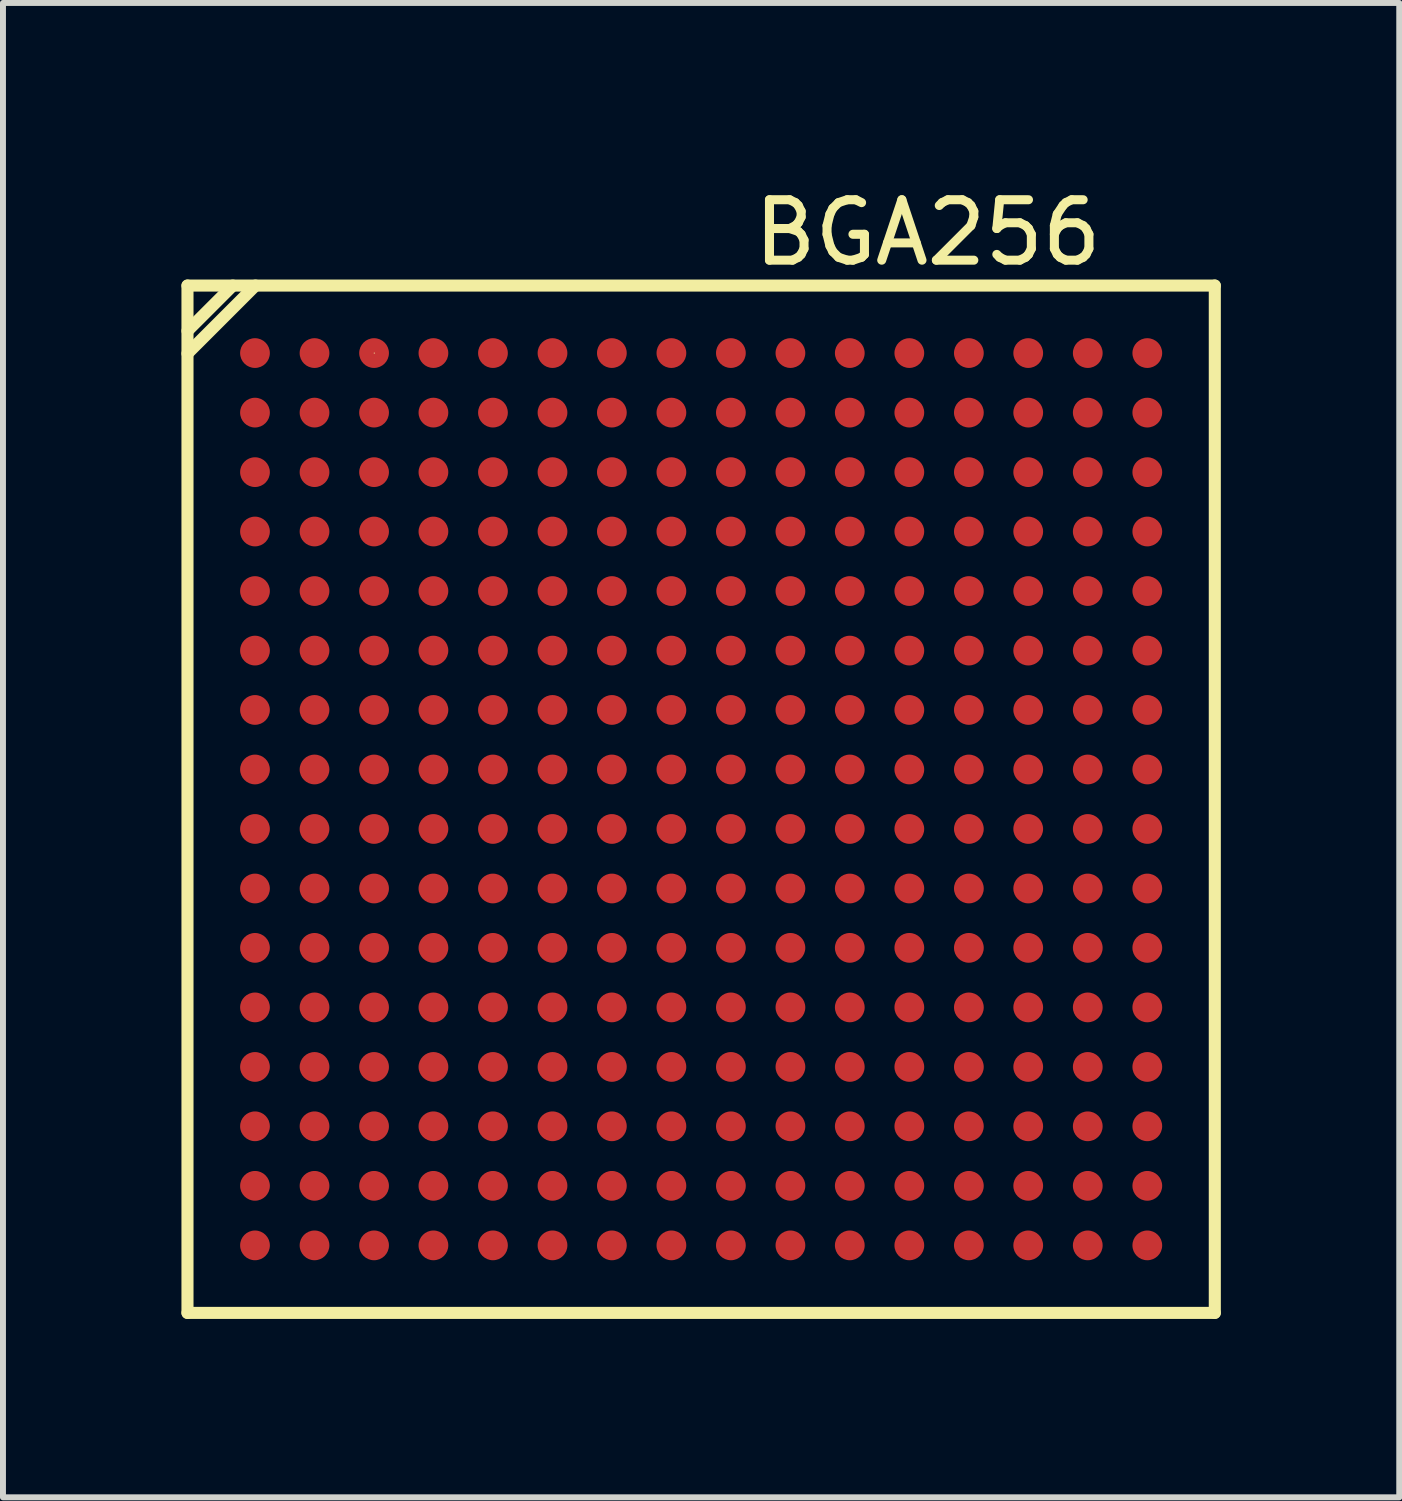
<source format=kicad_pcb>
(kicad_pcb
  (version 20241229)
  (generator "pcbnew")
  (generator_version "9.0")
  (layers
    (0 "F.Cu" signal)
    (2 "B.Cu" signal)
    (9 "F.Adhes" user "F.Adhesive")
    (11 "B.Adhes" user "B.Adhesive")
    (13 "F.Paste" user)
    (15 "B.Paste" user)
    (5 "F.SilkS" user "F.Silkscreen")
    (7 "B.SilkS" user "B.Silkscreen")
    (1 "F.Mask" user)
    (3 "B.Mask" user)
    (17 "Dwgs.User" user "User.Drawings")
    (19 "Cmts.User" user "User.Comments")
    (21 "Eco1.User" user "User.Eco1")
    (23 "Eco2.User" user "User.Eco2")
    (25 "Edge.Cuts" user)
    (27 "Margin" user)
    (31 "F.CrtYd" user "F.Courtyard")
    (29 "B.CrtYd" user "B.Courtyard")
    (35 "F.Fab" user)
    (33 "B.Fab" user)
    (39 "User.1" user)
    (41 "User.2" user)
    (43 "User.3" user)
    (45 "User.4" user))
  (footprint "BGA256"
    (layer "F.Cu")
    (at 8.738 10.387)
    (property "Reference" "BGA256" (at 3.81 -9.525 0) (layer "F.SilkS") (effects (font (size 1.016 1.016) (thickness 0.152))))
    (attr smd)
    (fp_line (start -8.636 -8.636) (end 8.636 -8.636) (stroke (width 0.203) (type solid)) (layer "F.SilkS"))
    (fp_line (start -8.636 -7.874) (end -7.874 -8.636) (stroke (width 0.203) (type solid)) (layer "F.SilkS"))
    (fp_line (start -8.636 -7.493) (end -7.493 -8.636) (stroke (width 0.203) (type solid)) (layer "F.SilkS"))
    (fp_line (start -8.636 8.636) (end -8.636 -8.636) (stroke (width 0.203) (type solid)) (layer "F.SilkS"))
    (fp_line (start -5.499 -7.501) (end -5.489 -7.501) (stroke (width 0.013) (type solid)) (layer "F.SilkS"))
    (fp_line (start 8.636 -8.636) (end 8.636 8.636) (stroke (width 0.203) (type solid)) (layer "F.SilkS"))
    (fp_line (start 8.636 8.636) (end -8.636 8.636) (stroke (width 0.203) (type solid)) (layer "F.SilkS"))
    (pad "A1" smd circle (at -7.501 -7.501) (size 0.5 0.5) (layers "F.Cu" "F.Mask" "F.Paste"))
    (pad "A2" smd circle (at -6.5 -7.501) (size 0.5 0.5) (layers "F.Cu" "F.Mask" "F.Paste"))
    (pad "A3" smd circle (at -5.499 -7.501) (size 0.5 0.5) (layers "F.Cu" "F.Mask" "F.Paste"))
    (pad "A4" smd circle (at -4.501 -7.501) (size 0.5 0.5) (layers "F.Cu" "F.Mask" "F.Paste"))
    (pad "A5" smd circle (at -3.5 -7.501) (size 0.5 0.5) (layers "F.Cu" "F.Mask" "F.Paste"))
    (pad "A6" smd circle (at -2.499 -7.501) (size 0.5 0.5) (layers "F.Cu" "F.Mask" "F.Paste"))
    (pad "A7" smd circle (at -1.501 -7.501) (size 0.5 0.5) (layers "F.Cu" "F.Mask" "F.Paste"))
    (pad "A8" smd circle (at -0.5 -7.501) (size 0.5 0.5) (layers "F.Cu" "F.Mask" "F.Paste"))
    (pad "A9" smd circle (at 0.5 -7.501) (size 0.5 0.5) (layers "F.Cu" "F.Mask" "F.Paste"))
    (pad "A10" smd circle (at 1.501 -7.501) (size 0.5 0.5) (layers "F.Cu" "F.Mask" "F.Paste"))
    (pad "A11" smd circle (at 2.499 -7.501) (size 0.5 0.5) (layers "F.Cu" "F.Mask" "F.Paste"))
    (pad "A12" smd circle (at 3.5 -7.501) (size 0.5 0.5) (layers "F.Cu" "F.Mask" "F.Paste"))
    (pad "A13" smd circle (at 4.501 -7.501) (size 0.5 0.5) (layers "F.Cu" "F.Mask" "F.Paste"))
    (pad "A14" smd circle (at 5.499 -7.501) (size 0.5 0.5) (layers "F.Cu" "F.Mask" "F.Paste"))
    (pad "A15" smd circle (at 6.5 -7.501) (size 0.5 0.5) (layers "F.Cu" "F.Mask" "F.Paste"))
    (pad "A16" smd circle (at 7.501 -7.501) (size 0.5 0.5) (layers "F.Cu" "F.Mask" "F.Paste"))
    (pad "B1" smd circle (at -7.501 -6.5) (size 0.5 0.5) (layers "F.Cu" "F.Mask" "F.Paste"))
    (pad "B2" smd circle (at -6.5 -6.5) (size 0.5 0.5) (layers "F.Cu" "F.Mask" "F.Paste"))
    (pad "B3" smd circle (at -5.499 -6.5) (size 0.5 0.5) (layers "F.Cu" "F.Mask" "F.Paste"))
    (pad "B4" smd circle (at -4.501 -6.5) (size 0.5 0.5) (layers "F.Cu" "F.Mask" "F.Paste"))
    (pad "B5" smd circle (at -3.5 -6.5) (size 0.5 0.5) (layers "F.Cu" "F.Mask" "F.Paste"))
    (pad "B6" smd circle (at -2.499 -6.5) (size 0.5 0.5) (layers "F.Cu" "F.Mask" "F.Paste"))
    (pad "B7" smd circle (at -1.501 -6.5) (size 0.5 0.5) (layers "F.Cu" "F.Mask" "F.Paste"))
    (pad "B8" smd circle (at -0.5 -6.5) (size 0.5 0.5) (layers "F.Cu" "F.Mask" "F.Paste"))
    (pad "B9" smd circle (at 0.5 -6.5) (size 0.5 0.5) (layers "F.Cu" "F.Mask" "F.Paste"))
    (pad "B10" smd circle (at 1.501 -6.5) (size 0.5 0.5) (layers "F.Cu" "F.Mask" "F.Paste"))
    (pad "B11" smd circle (at 2.499 -6.5) (size 0.5 0.5) (layers "F.Cu" "F.Mask" "F.Paste"))
    (pad "B12" smd circle (at 3.5 -6.5) (size 0.5 0.5) (layers "F.Cu" "F.Mask" "F.Paste"))
    (pad "B13" smd circle (at 4.501 -6.5) (size 0.5 0.5) (layers "F.Cu" "F.Mask" "F.Paste"))
    (pad "B14" smd circle (at 5.499 -6.5) (size 0.5 0.5) (layers "F.Cu" "F.Mask" "F.Paste"))
    (pad "B15" smd circle (at 6.5 -6.5) (size 0.5 0.5) (layers "F.Cu" "F.Mask" "F.Paste"))
    (pad "B16" smd circle (at 7.501 -6.5) (size 0.5 0.5) (layers "F.Cu" "F.Mask" "F.Paste"))
    (pad "C1" smd circle (at -7.501 -5.499) (size 0.5 0.5) (layers "F.Cu" "F.Mask" "F.Paste"))
    (pad "C2" smd circle (at -6.5 -5.499) (size 0.5 0.5) (layers "F.Cu" "F.Mask" "F.Paste"))
    (pad "C3" smd circle (at -5.499 -5.499) (size 0.5 0.5) (layers "F.Cu" "F.Mask" "F.Paste"))
    (pad "C4" smd circle (at -4.501 -5.499) (size 0.5 0.5) (layers "F.Cu" "F.Mask" "F.Paste"))
    (pad "C5" smd circle (at -3.5 -5.499) (size 0.5 0.5) (layers "F.Cu" "F.Mask" "F.Paste"))
    (pad "C6" smd circle (at -2.499 -5.499) (size 0.5 0.5) (layers "F.Cu" "F.Mask" "F.Paste"))
    (pad "C7" smd circle (at -1.501 -5.499) (size 0.5 0.5) (layers "F.Cu" "F.Mask" "F.Paste"))
    (pad "C8" smd circle (at -0.5 -5.499) (size 0.5 0.5) (layers "F.Cu" "F.Mask" "F.Paste"))
    (pad "C9" smd circle (at 0.5 -5.499) (size 0.5 0.5) (layers "F.Cu" "F.Mask" "F.Paste"))
    (pad "C10" smd circle (at 1.501 -5.499) (size 0.5 0.5) (layers "F.Cu" "F.Mask" "F.Paste"))
    (pad "C11" smd circle (at 2.499 -5.499) (size 0.5 0.5) (layers "F.Cu" "F.Mask" "F.Paste"))
    (pad "C12" smd circle (at 3.5 -5.499) (size 0.5 0.5) (layers "F.Cu" "F.Mask" "F.Paste"))
    (pad "C13" smd circle (at 4.501 -5.499) (size 0.5 0.5) (layers "F.Cu" "F.Mask" "F.Paste"))
    (pad "C14" smd circle (at 5.499 -5.499) (size 0.5 0.5) (layers "F.Cu" "F.Mask" "F.Paste"))
    (pad "C15" smd circle (at 6.5 -5.499) (size 0.5 0.5) (layers "F.Cu" "F.Mask" "F.Paste"))
    (pad "C16" smd circle (at 7.501 -5.499) (size 0.5 0.5) (layers "F.Cu" "F.Mask" "F.Paste"))
    (pad "D1" smd circle (at -7.501 -4.501) (size 0.5 0.5) (layers "F.Cu" "F.Mask" "F.Paste"))
    (pad "D2" smd circle (at -6.5 -4.501) (size 0.5 0.5) (layers "F.Cu" "F.Mask" "F.Paste"))
    (pad "D3" smd circle (at -5.499 -4.501) (size 0.5 0.5) (layers "F.Cu" "F.Mask" "F.Paste"))
    (pad "D4" smd circle (at -4.501 -4.501) (size 0.5 0.5) (layers "F.Cu" "F.Mask" "F.Paste"))
    (pad "D5" smd circle (at -3.5 -4.501) (size 0.5 0.5) (layers "F.Cu" "F.Mask" "F.Paste"))
    (pad "D6" smd circle (at -2.499 -4.501) (size 0.5 0.5) (layers "F.Cu" "F.Mask" "F.Paste"))
    (pad "D7" smd circle (at -1.501 -4.501) (size 0.5 0.5) (layers "F.Cu" "F.Mask" "F.Paste"))
    (pad "D8" smd circle (at -0.5 -4.501) (size 0.5 0.5) (layers "F.Cu" "F.Mask" "F.Paste"))
    (pad "D9" smd circle (at 0.5 -4.501) (size 0.5 0.5) (layers "F.Cu" "F.Mask" "F.Paste"))
    (pad "D10" smd circle (at 1.501 -4.501) (size 0.5 0.5) (layers "F.Cu" "F.Mask" "F.Paste"))
    (pad "D11" smd circle (at 2.499 -4.501) (size 0.5 0.5) (layers "F.Cu" "F.Mask" "F.Paste"))
    (pad "D12" smd circle (at 3.5 -4.501) (size 0.5 0.5) (layers "F.Cu" "F.Mask" "F.Paste"))
    (pad "D13" smd circle (at 4.501 -4.501) (size 0.5 0.5) (layers "F.Cu" "F.Mask" "F.Paste"))
    (pad "D14" smd circle (at 5.499 -4.501) (size 0.5 0.5) (layers "F.Cu" "F.Mask" "F.Paste"))
    (pad "D15" smd circle (at 6.5 -4.501) (size 0.5 0.5) (layers "F.Cu" "F.Mask" "F.Paste"))
    (pad "D16" smd circle (at 7.501 -4.501) (size 0.5 0.5) (layers "F.Cu" "F.Mask" "F.Paste"))
    (pad "E1" smd circle (at -7.501 -3.5) (size 0.5 0.5) (layers "F.Cu" "F.Mask" "F.Paste"))
    (pad "E2" smd circle (at -6.5 -3.5) (size 0.5 0.5) (layers "F.Cu" "F.Mask" "F.Paste"))
    (pad "E3" smd circle (at -5.499 -3.5) (size 0.5 0.5) (layers "F.Cu" "F.Mask" "F.Paste"))
    (pad "E4" smd circle (at -4.501 -3.5) (size 0.5 0.5) (layers "F.Cu" "F.Mask" "F.Paste"))
    (pad "E5" smd circle (at -3.5 -3.5) (size 0.5 0.5) (layers "F.Cu" "F.Mask" "F.Paste"))
    (pad "E6" smd circle (at -2.499 -3.5) (size 0.5 0.5) (layers "F.Cu" "F.Mask" "F.Paste"))
    (pad "E7" smd circle (at -1.501 -3.5) (size 0.5 0.5) (layers "F.Cu" "F.Mask" "F.Paste"))
    (pad "E8" smd circle (at -0.5 -3.5) (size 0.5 0.5) (layers "F.Cu" "F.Mask" "F.Paste"))
    (pad "E9" smd circle (at 0.5 -3.5) (size 0.5 0.5) (layers "F.Cu" "F.Mask" "F.Paste"))
    (pad "E10" smd circle (at 1.501 -3.5) (size 0.5 0.5) (layers "F.Cu" "F.Mask" "F.Paste"))
    (pad "E11" smd circle (at 2.499 -3.5) (size 0.5 0.5) (layers "F.Cu" "F.Mask" "F.Paste"))
    (pad "E12" smd circle (at 3.5 -3.5) (size 0.5 0.5) (layers "F.Cu" "F.Mask" "F.Paste"))
    (pad "E13" smd circle (at 4.501 -3.5) (size 0.5 0.5) (layers "F.Cu" "F.Mask" "F.Paste"))
    (pad "E14" smd circle (at 5.499 -3.5) (size 0.5 0.5) (layers "F.Cu" "F.Mask" "F.Paste"))
    (pad "E15" smd circle (at 6.5 -3.5) (size 0.5 0.5) (layers "F.Cu" "F.Mask" "F.Paste"))
    (pad "E16" smd circle (at 7.501 -3.5) (size 0.5 0.5) (layers "F.Cu" "F.Mask" "F.Paste"))
    (pad "F1" smd circle (at -7.501 -2.499) (size 0.5 0.5) (layers "F.Cu" "F.Mask" "F.Paste"))
    (pad "F2" smd circle (at -6.5 -2.499) (size 0.5 0.5) (layers "F.Cu" "F.Mask" "F.Paste"))
    (pad "F3" smd circle (at -5.499 -2.499) (size 0.5 0.5) (layers "F.Cu" "F.Mask" "F.Paste"))
    (pad "F4" smd circle (at -4.501 -2.499) (size 0.5 0.5) (layers "F.Cu" "F.Mask" "F.Paste"))
    (pad "F5" smd circle (at -3.5 -2.499) (size 0.5 0.5) (layers "F.Cu" "F.Mask" "F.Paste"))
    (pad "F6" smd circle (at -2.499 -2.499) (size 0.5 0.5) (layers "F.Cu" "F.Mask" "F.Paste"))
    (pad "F7" smd circle (at -1.501 -2.499) (size 0.5 0.5) (layers "F.Cu" "F.Mask" "F.Paste"))
    (pad "F8" smd circle (at -0.5 -2.499) (size 0.5 0.5) (layers "F.Cu" "F.Mask" "F.Paste"))
    (pad "F9" smd circle (at 0.5 -2.499) (size 0.5 0.5) (layers "F.Cu" "F.Mask" "F.Paste"))
    (pad "F10" smd circle (at 1.501 -2.499) (size 0.5 0.5) (layers "F.Cu" "F.Mask" "F.Paste"))
    (pad "F11" smd circle (at 2.499 -2.499) (size 0.5 0.5) (layers "F.Cu" "F.Mask" "F.Paste"))
    (pad "F12" smd circle (at 3.5 -2.499) (size 0.5 0.5) (layers "F.Cu" "F.Mask" "F.Paste"))
    (pad "F13" smd circle (at 4.501 -2.499) (size 0.5 0.5) (layers "F.Cu" "F.Mask" "F.Paste"))
    (pad "F14" smd circle (at 5.499 -2.499) (size 0.5 0.5) (layers "F.Cu" "F.Mask" "F.Paste"))
    (pad "F15" smd circle (at 6.5 -2.499) (size 0.5 0.5) (layers "F.Cu" "F.Mask" "F.Paste"))
    (pad "F16" smd circle (at 7.501 -2.499) (size 0.5 0.5) (layers "F.Cu" "F.Mask" "F.Paste"))
    (pad "G1" smd circle (at -7.501 -1.501) (size 0.5 0.5) (layers "F.Cu" "F.Mask" "F.Paste"))
    (pad "G2" smd circle (at -6.5 -1.501) (size 0.5 0.5) (layers "F.Cu" "F.Mask" "F.Paste"))
    (pad "G3" smd circle (at -5.499 -1.501) (size 0.5 0.5) (layers "F.Cu" "F.Mask" "F.Paste"))
    (pad "G4" smd circle (at -4.501 -1.501) (size 0.5 0.5) (layers "F.Cu" "F.Mask" "F.Paste"))
    (pad "G5" smd circle (at -3.5 -1.501) (size 0.5 0.5) (layers "F.Cu" "F.Mask" "F.Paste"))
    (pad "G6" smd circle (at -2.499 -1.501) (size 0.5 0.5) (layers "F.Cu" "F.Mask" "F.Paste"))
    (pad "G7" smd circle (at -1.501 -1.501) (size 0.5 0.5) (layers "F.Cu" "F.Mask" "F.Paste"))
    (pad "G8" smd circle (at -0.5 -1.501) (size 0.5 0.5) (layers "F.Cu" "F.Mask" "F.Paste"))
    (pad "G9" smd circle (at 0.5 -1.501) (size 0.5 0.5) (layers "F.Cu" "F.Mask" "F.Paste"))
    (pad "G10" smd circle (at 1.501 -1.501) (size 0.5 0.5) (layers "F.Cu" "F.Mask" "F.Paste"))
    (pad "G11" smd circle (at 2.499 -1.501) (size 0.5 0.5) (layers "F.Cu" "F.Mask" "F.Paste"))
    (pad "G12" smd circle (at 3.5 -1.501) (size 0.5 0.5) (layers "F.Cu" "F.Mask" "F.Paste"))
    (pad "G13" smd circle (at 4.501 -1.501) (size 0.5 0.5) (layers "F.Cu" "F.Mask" "F.Paste"))
    (pad "G14" smd circle (at 5.499 -1.501) (size 0.5 0.5) (layers "F.Cu" "F.Mask" "F.Paste"))
    (pad "G15" smd circle (at 6.5 -1.501) (size 0.5 0.5) (layers "F.Cu" "F.Mask" "F.Paste"))
    (pad "G16" smd circle (at 7.501 -1.501) (size 0.5 0.5) (layers "F.Cu" "F.Mask" "F.Paste"))
    (pad "H1" smd circle (at -7.501 -0.5) (size 0.5 0.5) (layers "F.Cu" "F.Mask" "F.Paste"))
    (pad "H2" smd circle (at -6.5 -0.5) (size 0.5 0.5) (layers "F.Cu" "F.Mask" "F.Paste"))
    (pad "H3" smd circle (at -5.499 -0.5) (size 0.5 0.5) (layers "F.Cu" "F.Mask" "F.Paste"))
    (pad "H4" smd circle (at -4.501 -0.5) (size 0.5 0.5) (layers "F.Cu" "F.Mask" "F.Paste"))
    (pad "H5" smd circle (at -3.5 -0.5) (size 0.5 0.5) (layers "F.Cu" "F.Mask" "F.Paste"))
    (pad "H6" smd circle (at -2.499 -0.5) (size 0.5 0.5) (layers "F.Cu" "F.Mask" "F.Paste"))
    (pad "H7" smd circle (at -1.501 -0.5) (size 0.5 0.5) (layers "F.Cu" "F.Mask" "F.Paste"))
    (pad "H8" smd circle (at -0.5 -0.5) (size 0.5 0.5) (layers "F.Cu" "F.Mask" "F.Paste"))
    (pad "H9" smd circle (at 0.5 -0.5) (size 0.5 0.5) (layers "F.Cu" "F.Mask" "F.Paste"))
    (pad "H10" smd circle (at 1.501 -0.5) (size 0.5 0.5) (layers "F.Cu" "F.Mask" "F.Paste"))
    (pad "H11" smd circle (at 2.499 -0.5) (size 0.5 0.5) (layers "F.Cu" "F.Mask" "F.Paste"))
    (pad "H12" smd circle (at 3.5 -0.5) (size 0.5 0.5) (layers "F.Cu" "F.Mask" "F.Paste"))
    (pad "H13" smd circle (at 4.501 -0.5) (size 0.5 0.5) (layers "F.Cu" "F.Mask" "F.Paste"))
    (pad "H14" smd circle (at 5.499 -0.5) (size 0.5 0.5) (layers "F.Cu" "F.Mask" "F.Paste"))
    (pad "H15" smd circle (at 6.5 -0.5) (size 0.5 0.5) (layers "F.Cu" "F.Mask" "F.Paste"))
    (pad "H16" smd circle (at 7.501 -0.5) (size 0.5 0.5) (layers "F.Cu" "F.Mask" "F.Paste"))
    (pad "J1" smd circle (at -7.501 0.5) (size 0.5 0.5) (layers "F.Cu" "F.Mask" "F.Paste"))
    (pad "J2" smd circle (at -6.5 0.5) (size 0.5 0.5) (layers "F.Cu" "F.Mask" "F.Paste"))
    (pad "J3" smd circle (at -5.499 0.5) (size 0.5 0.5) (layers "F.Cu" "F.Mask" "F.Paste"))
    (pad "J4" smd circle (at -4.501 0.5) (size 0.5 0.5) (layers "F.Cu" "F.Mask" "F.Paste"))
    (pad "J5" smd circle (at -3.5 0.5) (size 0.5 0.5) (layers "F.Cu" "F.Mask" "F.Paste"))
    (pad "J6" smd circle (at -2.499 0.5) (size 0.5 0.5) (layers "F.Cu" "F.Mask" "F.Paste"))
    (pad "J7" smd circle (at -1.501 0.5) (size 0.5 0.5) (layers "F.Cu" "F.Mask" "F.Paste"))
    (pad "J8" smd circle (at -0.5 0.5) (size 0.5 0.5) (layers "F.Cu" "F.Mask" "F.Paste"))
    (pad "J9" smd circle (at 0.5 0.5) (size 0.5 0.5) (layers "F.Cu" "F.Mask" "F.Paste"))
    (pad "J10" smd circle (at 1.501 0.5) (size 0.5 0.5) (layers "F.Cu" "F.Mask" "F.Paste"))
    (pad "J11" smd circle (at 2.499 0.5) (size 0.5 0.5) (layers "F.Cu" "F.Mask" "F.Paste"))
    (pad "J12" smd circle (at 3.5 0.5) (size 0.5 0.5) (layers "F.Cu" "F.Mask" "F.Paste"))
    (pad "J13" smd circle (at 4.501 0.5) (size 0.5 0.5) (layers "F.Cu" "F.Mask" "F.Paste"))
    (pad "J14" smd circle (at 5.499 0.5) (size 0.5 0.5) (layers "F.Cu" "F.Mask" "F.Paste"))
    (pad "J15" smd circle (at 6.5 0.5) (size 0.5 0.5) (layers "F.Cu" "F.Mask" "F.Paste"))
    (pad "J16" smd circle (at 7.501 0.5) (size 0.5 0.5) (layers "F.Cu" "F.Mask" "F.Paste"))
    (pad "K1" smd circle (at -7.501 1.501) (size 0.5 0.5) (layers "F.Cu" "F.Mask" "F.Paste"))
    (pad "K2" smd circle (at -6.5 1.501) (size 0.5 0.5) (layers "F.Cu" "F.Mask" "F.Paste"))
    (pad "K3" smd circle (at -5.499 1.501) (size 0.5 0.5) (layers "F.Cu" "F.Mask" "F.Paste"))
    (pad "K4" smd circle (at -4.501 1.501) (size 0.5 0.5) (layers "F.Cu" "F.Mask" "F.Paste"))
    (pad "K5" smd circle (at -3.5 1.501) (size 0.5 0.5) (layers "F.Cu" "F.Mask" "F.Paste"))
    (pad "K6" smd circle (at -2.499 1.501) (size 0.5 0.5) (layers "F.Cu" "F.Mask" "F.Paste"))
    (pad "K7" smd circle (at -1.501 1.501) (size 0.5 0.5) (layers "F.Cu" "F.Mask" "F.Paste"))
    (pad "K8" smd circle (at -0.5 1.501) (size 0.5 0.5) (layers "F.Cu" "F.Mask" "F.Paste"))
    (pad "K9" smd circle (at 0.5 1.501) (size 0.5 0.5) (layers "F.Cu" "F.Mask" "F.Paste"))
    (pad "K10" smd circle (at 1.501 1.501) (size 0.5 0.5) (layers "F.Cu" "F.Mask" "F.Paste"))
    (pad "K11" smd circle (at 2.499 1.501) (size 0.5 0.5) (layers "F.Cu" "F.Mask" "F.Paste"))
    (pad "K12" smd circle (at 3.5 1.501) (size 0.5 0.5) (layers "F.Cu" "F.Mask" "F.Paste"))
    (pad "K13" smd circle (at 4.501 1.501) (size 0.5 0.5) (layers "F.Cu" "F.Mask" "F.Paste"))
    (pad "K14" smd circle (at 5.499 1.501) (size 0.5 0.5) (layers "F.Cu" "F.Mask" "F.Paste"))
    (pad "K15" smd circle (at 6.5 1.501) (size 0.5 0.5) (layers "F.Cu" "F.Mask" "F.Paste"))
    (pad "K16" smd circle (at 7.501 1.501) (size 0.5 0.5) (layers "F.Cu" "F.Mask" "F.Paste"))
    (pad "L1" smd circle (at -7.501 2.499) (size 0.5 0.5) (layers "F.Cu" "F.Mask" "F.Paste"))
    (pad "L2" smd circle (at -6.5 2.499) (size 0.5 0.5) (layers "F.Cu" "F.Mask" "F.Paste"))
    (pad "L3" smd circle (at -5.499 2.499) (size 0.5 0.5) (layers "F.Cu" "F.Mask" "F.Paste"))
    (pad "L4" smd circle (at -4.501 2.499) (size 0.5 0.5) (layers "F.Cu" "F.Mask" "F.Paste"))
    (pad "L5" smd circle (at -3.5 2.499) (size 0.5 0.5) (layers "F.Cu" "F.Mask" "F.Paste"))
    (pad "L6" smd circle (at -2.499 2.499) (size 0.5 0.5) (layers "F.Cu" "F.Mask" "F.Paste"))
    (pad "L7" smd circle (at -1.501 2.499) (size 0.5 0.5) (layers "F.Cu" "F.Mask" "F.Paste"))
    (pad "L8" smd circle (at -0.5 2.499) (size 0.5 0.5) (layers "F.Cu" "F.Mask" "F.Paste"))
    (pad "L9" smd circle (at 0.5 2.499) (size 0.5 0.5) (layers "F.Cu" "F.Mask" "F.Paste"))
    (pad "L10" smd circle (at 1.501 2.499) (size 0.5 0.5) (layers "F.Cu" "F.Mask" "F.Paste"))
    (pad "L11" smd circle (at 2.499 2.499) (size 0.5 0.5) (layers "F.Cu" "F.Mask" "F.Paste"))
    (pad "L12" smd circle (at 3.5 2.499) (size 0.5 0.5) (layers "F.Cu" "F.Mask" "F.Paste"))
    (pad "L13" smd circle (at 4.501 2.499) (size 0.5 0.5) (layers "F.Cu" "F.Mask" "F.Paste"))
    (pad "L14" smd circle (at 5.499 2.499) (size 0.5 0.5) (layers "F.Cu" "F.Mask" "F.Paste"))
    (pad "L15" smd circle (at 6.5 2.499) (size 0.5 0.5) (layers "F.Cu" "F.Mask" "F.Paste"))
    (pad "L16" smd circle (at 7.501 2.499) (size 0.5 0.5) (layers "F.Cu" "F.Mask" "F.Paste"))
    (pad "M1" smd circle (at -7.501 3.5) (size 0.5 0.5) (layers "F.Cu" "F.Mask" "F.Paste"))
    (pad "M2" smd circle (at -6.5 3.5) (size 0.5 0.5) (layers "F.Cu" "F.Mask" "F.Paste"))
    (pad "M3" smd circle (at -5.499 3.5) (size 0.5 0.5) (layers "F.Cu" "F.Mask" "F.Paste"))
    (pad "M4" smd circle (at -4.501 3.5) (size 0.5 0.5) (layers "F.Cu" "F.Mask" "F.Paste"))
    (pad "M5" smd circle (at -3.5 3.5) (size 0.5 0.5) (layers "F.Cu" "F.Mask" "F.Paste"))
    (pad "M6" smd circle (at -2.499 3.5) (size 0.5 0.5) (layers "F.Cu" "F.Mask" "F.Paste"))
    (pad "M7" smd circle (at -1.501 3.5) (size 0.5 0.5) (layers "F.Cu" "F.Mask" "F.Paste"))
    (pad "M8" smd circle (at -0.5 3.5) (size 0.5 0.5) (layers "F.Cu" "F.Mask" "F.Paste"))
    (pad "M9" smd circle (at 0.5 3.5) (size 0.5 0.5) (layers "F.Cu" "F.Mask" "F.Paste"))
    (pad "M10" smd circle (at 1.501 3.5) (size 0.5 0.5) (layers "F.Cu" "F.Mask" "F.Paste"))
    (pad "M11" smd circle (at 2.499 3.5) (size 0.5 0.5) (layers "F.Cu" "F.Mask" "F.Paste"))
    (pad "M12" smd circle (at 3.5 3.5) (size 0.5 0.5) (layers "F.Cu" "F.Mask" "F.Paste"))
    (pad "M13" smd circle (at 4.501 3.5) (size 0.5 0.5) (layers "F.Cu" "F.Mask" "F.Paste"))
    (pad "M14" smd circle (at 5.499 3.5) (size 0.5 0.5) (layers "F.Cu" "F.Mask" "F.Paste"))
    (pad "M15" smd circle (at 6.5 3.5) (size 0.5 0.5) (layers "F.Cu" "F.Mask" "F.Paste"))
    (pad "M16" smd circle (at 7.501 3.5) (size 0.5 0.5) (layers "F.Cu" "F.Mask" "F.Paste"))
    (pad "N1" smd circle (at -7.501 4.501) (size 0.5 0.5) (layers "F.Cu" "F.Mask" "F.Paste"))
    (pad "N2" smd circle (at -6.5 4.501) (size 0.5 0.5) (layers "F.Cu" "F.Mask" "F.Paste"))
    (pad "N3" smd circle (at -5.499 4.501) (size 0.5 0.5) (layers "F.Cu" "F.Mask" "F.Paste"))
    (pad "N4" smd circle (at -4.501 4.501) (size 0.5 0.5) (layers "F.Cu" "F.Mask" "F.Paste"))
    (pad "N5" smd circle (at -3.5 4.501) (size 0.5 0.5) (layers "F.Cu" "F.Mask" "F.Paste"))
    (pad "N6" smd circle (at -2.499 4.501) (size 0.5 0.5) (layers "F.Cu" "F.Mask" "F.Paste"))
    (pad "N7" smd circle (at -1.501 4.501) (size 0.5 0.5) (layers "F.Cu" "F.Mask" "F.Paste"))
    (pad "N8" smd circle (at -0.5 4.501) (size 0.5 0.5) (layers "F.Cu" "F.Mask" "F.Paste"))
    (pad "N9" smd circle (at 0.5 4.501) (size 0.5 0.5) (layers "F.Cu" "F.Mask" "F.Paste"))
    (pad "N10" smd circle (at 1.501 4.501) (size 0.5 0.5) (layers "F.Cu" "F.Mask" "F.Paste"))
    (pad "N11" smd circle (at 2.499 4.501) (size 0.5 0.5) (layers "F.Cu" "F.Mask" "F.Paste"))
    (pad "N12" smd circle (at 3.5 4.501) (size 0.5 0.5) (layers "F.Cu" "F.Mask" "F.Paste"))
    (pad "N13" smd circle (at 4.501 4.501) (size 0.5 0.5) (layers "F.Cu" "F.Mask" "F.Paste"))
    (pad "N14" smd circle (at 5.499 4.501) (size 0.5 0.5) (layers "F.Cu" "F.Mask" "F.Paste"))
    (pad "N15" smd circle (at 6.5 4.501) (size 0.5 0.5) (layers "F.Cu" "F.Mask" "F.Paste"))
    (pad "N16" smd circle (at 7.501 4.501) (size 0.5 0.5) (layers "F.Cu" "F.Mask" "F.Paste"))
    (pad "P1" smd circle (at -7.501 5.499) (size 0.5 0.5) (layers "F.Cu" "F.Mask" "F.Paste"))
    (pad "P2" smd circle (at -6.5 5.499) (size 0.5 0.5) (layers "F.Cu" "F.Mask" "F.Paste"))
    (pad "P3" smd circle (at -5.499 5.499) (size 0.5 0.5) (layers "F.Cu" "F.Mask" "F.Paste"))
    (pad "P4" smd circle (at -4.501 5.499) (size 0.5 0.5) (layers "F.Cu" "F.Mask" "F.Paste"))
    (pad "P5" smd circle (at -3.5 5.499) (size 0.5 0.5) (layers "F.Cu" "F.Mask" "F.Paste"))
    (pad "P6" smd circle (at -2.499 5.499) (size 0.5 0.5) (layers "F.Cu" "F.Mask" "F.Paste"))
    (pad "P7" smd circle (at -1.501 5.499) (size 0.5 0.5) (layers "F.Cu" "F.Mask" "F.Paste"))
    (pad "P8" smd circle (at -0.5 5.499) (size 0.5 0.5) (layers "F.Cu" "F.Mask" "F.Paste"))
    (pad "P9" smd circle (at 0.5 5.499) (size 0.5 0.5) (layers "F.Cu" "F.Mask" "F.Paste"))
    (pad "P10" smd circle (at 1.501 5.499) (size 0.5 0.5) (layers "F.Cu" "F.Mask" "F.Paste"))
    (pad "P11" smd circle (at 2.499 5.499) (size 0.5 0.5) (layers "F.Cu" "F.Mask" "F.Paste"))
    (pad "P12" smd circle (at 3.5 5.499) (size 0.5 0.5) (layers "F.Cu" "F.Mask" "F.Paste"))
    (pad "P13" smd circle (at 4.501 5.499) (size 0.5 0.5) (layers "F.Cu" "F.Mask" "F.Paste"))
    (pad "P14" smd circle (at 5.499 5.499) (size 0.5 0.5) (layers "F.Cu" "F.Mask" "F.Paste"))
    (pad "P15" smd circle (at 6.5 5.499) (size 0.5 0.5) (layers "F.Cu" "F.Mask" "F.Paste"))
    (pad "P16" smd circle (at 7.501 5.499) (size 0.5 0.5) (layers "F.Cu" "F.Mask" "F.Paste"))
    (pad "R1" smd circle (at -7.501 6.5) (size 0.5 0.5) (layers "F.Cu" "F.Mask" "F.Paste"))
    (pad "R2" smd circle (at -6.5 6.5) (size 0.5 0.5) (layers "F.Cu" "F.Mask" "F.Paste"))
    (pad "R3" smd circle (at -5.499 6.5) (size 0.5 0.5) (layers "F.Cu" "F.Mask" "F.Paste"))
    (pad "R4" smd circle (at -4.501 6.5) (size 0.5 0.5) (layers "F.Cu" "F.Mask" "F.Paste"))
    (pad "R5" smd circle (at -3.5 6.5) (size 0.5 0.5) (layers "F.Cu" "F.Mask" "F.Paste"))
    (pad "R6" smd circle (at -2.499 6.5) (size 0.5 0.5) (layers "F.Cu" "F.Mask" "F.Paste"))
    (pad "R7" smd circle (at -1.501 6.5) (size 0.5 0.5) (layers "F.Cu" "F.Mask" "F.Paste"))
    (pad "R8" smd circle (at -0.5 6.5) (size 0.5 0.5) (layers "F.Cu" "F.Mask" "F.Paste"))
    (pad "R9" smd circle (at 0.5 6.5) (size 0.5 0.5) (layers "F.Cu" "F.Mask" "F.Paste"))
    (pad "R10" smd circle (at 1.501 6.5) (size 0.5 0.5) (layers "F.Cu" "F.Mask" "F.Paste"))
    (pad "R11" smd circle (at 2.499 6.5) (size 0.5 0.5) (layers "F.Cu" "F.Mask" "F.Paste"))
    (pad "R12" smd circle (at 3.5 6.5) (size 0.5 0.5) (layers "F.Cu" "F.Mask" "F.Paste"))
    (pad "R13" smd circle (at 4.501 6.5) (size 0.5 0.5) (layers "F.Cu" "F.Mask" "F.Paste"))
    (pad "R14" smd circle (at 5.499 6.5) (size 0.5 0.5) (layers "F.Cu" "F.Mask" "F.Paste"))
    (pad "R15" smd circle (at 6.5 6.5) (size 0.5 0.5) (layers "F.Cu" "F.Mask" "F.Paste"))
    (pad "R16" smd circle (at 7.501 6.5) (size 0.5 0.5) (layers "F.Cu" "F.Mask" "F.Paste"))
    (pad "T1" smd circle (at -7.501 7.501) (size 0.5 0.5) (layers "F.Cu" "F.Mask" "F.Paste"))
    (pad "T2" smd circle (at -6.5 7.501) (size 0.5 0.5) (layers "F.Cu" "F.Mask" "F.Paste"))
    (pad "T3" smd circle (at -5.499 7.501) (size 0.5 0.5) (layers "F.Cu" "F.Mask" "F.Paste"))
    (pad "T4" smd circle (at -4.501 7.501) (size 0.5 0.5) (layers "F.Cu" "F.Mask" "F.Paste"))
    (pad "T5" smd circle (at -3.5 7.501) (size 0.5 0.5) (layers "F.Cu" "F.Mask" "F.Paste"))
    (pad "T6" smd circle (at -2.499 7.501) (size 0.5 0.5) (layers "F.Cu" "F.Mask" "F.Paste"))
    (pad "T7" smd circle (at -1.501 7.501) (size 0.5 0.5) (layers "F.Cu" "F.Mask" "F.Paste"))
    (pad "T8" smd circle (at -0.5 7.501) (size 0.5 0.5) (layers "F.Cu" "F.Mask" "F.Paste"))
    (pad "T9" smd circle (at 0.5 7.501) (size 0.5 0.5) (layers "F.Cu" "F.Mask" "F.Paste"))
    (pad "T10" smd circle (at 1.501 7.501) (size 0.5 0.5) (layers "F.Cu" "F.Mask" "F.Paste"))
    (pad "T11" smd circle (at 2.499 7.501) (size 0.5 0.5) (layers "F.Cu" "F.Mask" "F.Paste"))
    (pad "T12" smd circle (at 3.5 7.501) (size 0.5 0.5) (layers "F.Cu" "F.Mask" "F.Paste"))
    (pad "T13" smd circle (at 4.501 7.501) (size 0.5 0.5) (layers "F.Cu" "F.Mask" "F.Paste"))
    (pad "T14" smd circle (at 5.499 7.501) (size 0.5 0.5) (layers "F.Cu" "F.Mask" "F.Paste"))
    (pad "T15" smd circle (at 6.5 7.501) (size 0.5 0.5) (layers "F.Cu" "F.Mask" "F.Paste"))
    (pad "T16" smd circle (at 7.501 7.501) (size 0.5 0.5) (layers "F.Cu" "F.Mask" "F.Paste")))
  (gr_rect
    (start -3 -3)
    (end 20.475 22.124)
    (stroke (width 0.1) (type default))
    (fill no)
    (layer "Edge.Cuts")))
</source>
